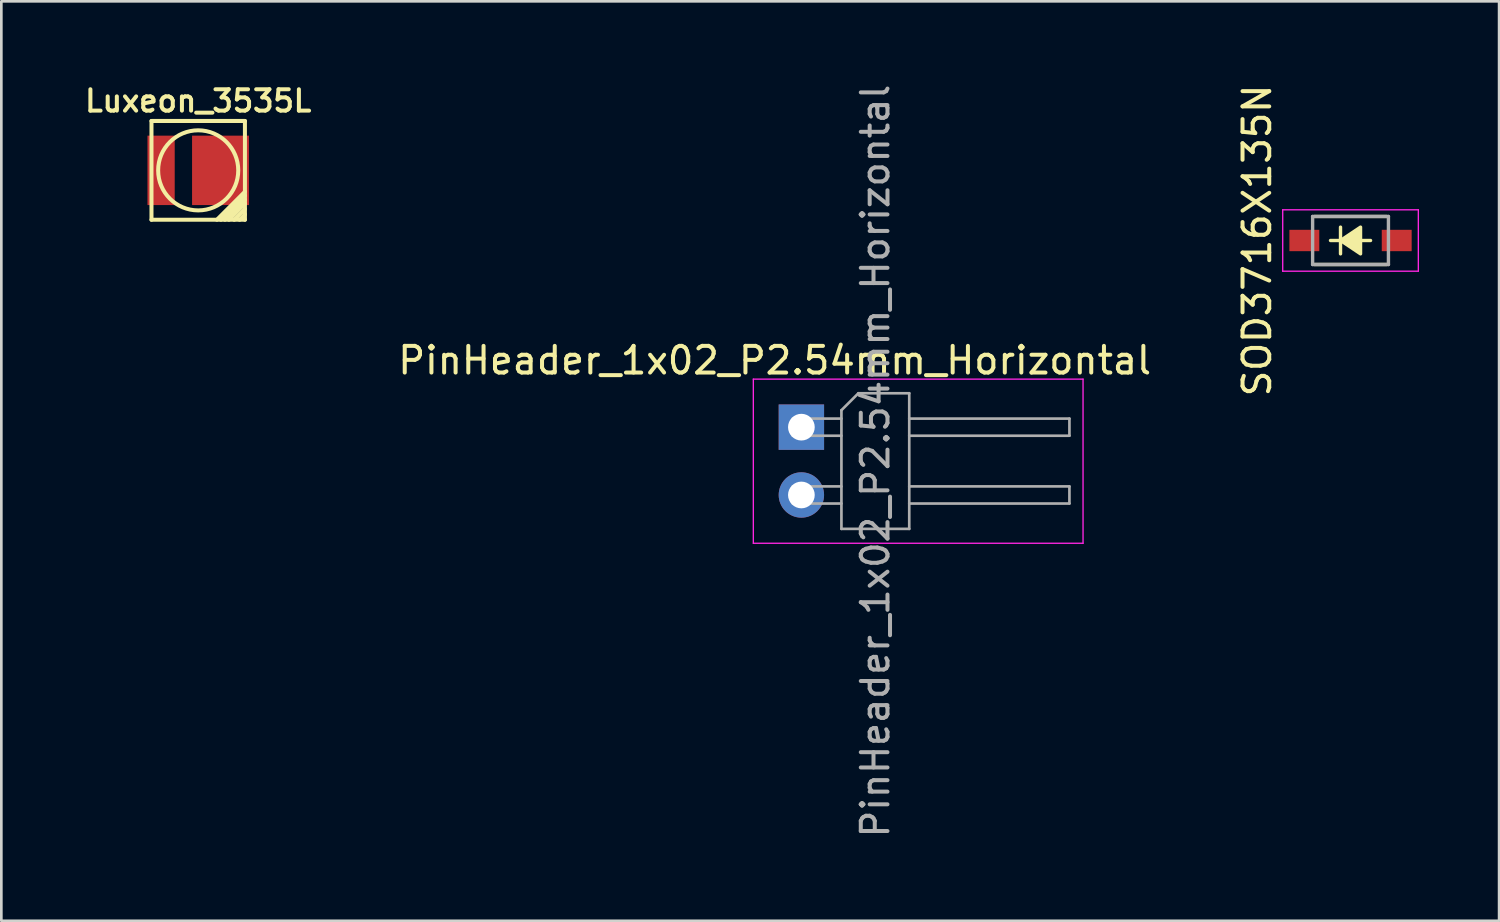
<source format=kicad_pcb>
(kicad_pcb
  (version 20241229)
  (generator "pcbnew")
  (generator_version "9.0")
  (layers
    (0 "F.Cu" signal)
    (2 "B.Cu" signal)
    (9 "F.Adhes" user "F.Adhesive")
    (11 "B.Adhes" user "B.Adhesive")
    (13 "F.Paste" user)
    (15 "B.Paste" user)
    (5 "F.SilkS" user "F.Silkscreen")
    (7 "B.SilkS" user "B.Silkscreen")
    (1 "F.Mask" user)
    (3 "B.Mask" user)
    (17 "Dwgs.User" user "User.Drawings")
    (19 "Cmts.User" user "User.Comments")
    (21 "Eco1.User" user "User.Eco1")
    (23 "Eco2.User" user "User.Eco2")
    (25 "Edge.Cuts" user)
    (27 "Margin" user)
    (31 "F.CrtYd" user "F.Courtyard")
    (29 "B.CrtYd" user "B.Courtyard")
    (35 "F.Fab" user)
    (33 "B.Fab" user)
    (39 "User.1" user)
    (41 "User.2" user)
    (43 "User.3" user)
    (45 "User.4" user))
  (footprint "SOD3716X135N"
    (layer "F.Cu")
    (at 47.536 5.958)
    (property "Reference" "SOD3716X135N" (at -3.5 0 270) (layer "F.SilkS") (effects (font (size 1 1) (thickness 0.15))))
    (attr through_hole)
    (fp_line (start -1.35 -0.9) (end 1.35 -0.9) (stroke (width 0.127) (type solid)) (layer "F.SilkS"))
    (fp_line (start -1.35 0.9) (end 1.35 0.9) (stroke (width 0.127) (type solid)) (layer "F.SilkS"))
    (fp_line (start -0.375 -0.5) (end -0.375 0.5) (stroke (width 0.127) (type solid)) (layer "F.SilkS"))
    (fp_line (start 0.75 0) (end -0.75 0) (stroke (width 0.127) (type solid)) (layer "F.SilkS"))
    (fp_poly (pts (xy -0.375 0) (xy 0.375 -0.5) (xy 0.375 0.5)) (stroke (width 0.127) (type solid)) (fill yes) (layer "F.SilkS"))
    (fp_line (start -2.54 -1.15) (end 2.54 -1.15) (stroke (width 0.05) (type solid)) (layer "F.CrtYd"))
    (fp_line (start -2.54 1.15) (end -2.54 -1.15) (stroke (width 0.05) (type solid)) (layer "F.CrtYd"))
    (fp_line (start 2.54 -1.15) (end 2.54 1.15) (stroke (width 0.05) (type solid)) (layer "F.CrtYd"))
    (fp_line (start 2.54 1.15) (end -2.54 1.15) (stroke (width 0.05) (type solid)) (layer "F.CrtYd"))
    (fp_line (start -1.42 -0.9) (end 1.42 -0.9) (stroke (width 0.127) (type solid)) (layer "F.Fab"))
    (fp_line (start -1.42 0.9) (end -1.42 -0.9) (stroke (width 0.127) (type solid)) (layer "F.Fab"))
    (fp_line (start 1.42 -0.9) (end 1.42 0.9) (stroke (width 0.127) (type solid)) (layer "F.Fab"))
    (fp_line (start 1.42 0.9) (end -1.42 0.9) (stroke (width 0.127) (type solid)) (layer "F.Fab"))
    (pad "1" smd rect (at -1.73 0) (size 1.12 0.8) (layers "F.Cu" "F.Mask" "F.Paste"))
    (pad "2" smd rect (at 1.73 0) (size 1.12 0.8) (layers "F.Cu" "F.Mask" "F.Paste")))
  (footprint "PinHeader_1x02_P2.54mm_Horizontal"
    (layer "F.Cu")
    (at 26.967 12.95)
    (property "Reference" "PinHeader_1x02_P2.54mm_Horizontal" (at -1 -2.5 180) (layer "F.SilkS") (effects (font (size 1 1) (thickness 0.15))))
    (attr through_hole)
    (fp_line (start -1.8 -1.8) (end -1.8 4.35) (stroke (width 0.05) (type solid)) (layer "F.CrtYd"))
    (fp_line (start -1.8 4.35) (end 10.55 4.35) (stroke (width 0.05) (type solid)) (layer "F.CrtYd"))
    (fp_line (start 10.55 -1.8) (end -1.8 -1.8) (stroke (width 0.05) (type solid)) (layer "F.CrtYd"))
    (fp_line (start 10.55 4.35) (end 10.55 -1.8) (stroke (width 0.05) (type solid)) (layer "F.CrtYd"))
    (fp_line (start -0.32 -0.32) (end -0.32 0.32) (stroke (width 0.1) (type solid)) (layer "F.Fab"))
    (fp_line (start -0.32 -0.32) (end 1.5 -0.32) (stroke (width 0.1) (type solid)) (layer "F.Fab"))
    (fp_line (start -0.32 0.32) (end 1.5 0.32) (stroke (width 0.1) (type solid)) (layer "F.Fab"))
    (fp_line (start -0.32 2.22) (end -0.32 2.86) (stroke (width 0.1) (type solid)) (layer "F.Fab"))
    (fp_line (start -0.32 2.22) (end 1.5 2.22) (stroke (width 0.1) (type solid)) (layer "F.Fab"))
    (fp_line (start -0.32 2.86) (end 1.5 2.86) (stroke (width 0.1) (type solid)) (layer "F.Fab"))
    (fp_line (start 1.5 -0.635) (end 2.135 -1.27) (stroke (width 0.1) (type solid)) (layer "F.Fab"))
    (fp_line (start 1.5 3.81) (end 1.5 -0.635) (stroke (width 0.1) (type solid)) (layer "F.Fab"))
    (fp_line (start 2.135 -1.27) (end 4.04 -1.27) (stroke (width 0.1) (type solid)) (layer "F.Fab"))
    (fp_line (start 4.04 -1.27) (end 4.04 3.81) (stroke (width 0.1) (type solid)) (layer "F.Fab"))
    (fp_line (start 4.04 -0.32) (end 10.04 -0.32) (stroke (width 0.1) (type solid)) (layer "F.Fab"))
    (fp_line (start 4.04 0.32) (end 10.04 0.32) (stroke (width 0.1) (type solid)) (layer "F.Fab"))
    (fp_line (start 4.04 2.22) (end 10.04 2.22) (stroke (width 0.1) (type solid)) (layer "F.Fab"))
    (fp_line (start 4.04 2.86) (end 10.04 2.86) (stroke (width 0.1) (type solid)) (layer "F.Fab"))
    (fp_line (start 4.04 3.81) (end 1.5 3.81) (stroke (width 0.1) (type solid)) (layer "F.Fab"))
    (fp_line (start 10.04 -0.32) (end 10.04 0.32) (stroke (width 0.1) (type solid)) (layer "F.Fab"))
    (fp_line (start 10.04 2.22) (end 10.04 2.86) (stroke (width 0.1) (type solid)) (layer "F.Fab"))
    (fp_text user "${REFERENCE}" (at 2.77 1.27 270) (layer "F.Fab") (effects (font (size 1 1) (thickness 0.15))))
    (pad "1" thru_hole rect (at 0 0) (size 1.7 1.7) (drill 1) (layers "*.Cu" "*.Mask"))
    (pad "2" thru_hole oval (at 0 2.54) (size 1.7 1.7) (drill 1) (layers "*.Cu" "*.Mask")))
  (footprint "Luxeon_3535L"
    (layer "F.Cu")
    (at 4.374 3.331)
    (property "Reference" "Luxeon_3535L" (at 0 -2.6 180) (layer "F.SilkS") (effects (font (size 0.8 0.8) (thickness 0.15))))
    (attr smd)
    (fp_line (start -1.75 -1.85) (end 1.75 -1.85) (stroke (width 0.15) (type solid)) (layer "F.SilkS"))
    (fp_line (start -1.75 1.85) (end -1.75 -1.85) (stroke (width 0.15) (type solid)) (layer "F.SilkS"))
    (fp_line (start 0.7 1.85) (end 1.75 0.8) (stroke (width 0.15) (type solid)) (layer "F.SilkS"))
    (fp_line (start 0.85 1.85) (end 1.75 0.95) (stroke (width 0.15) (type solid)) (layer "F.SilkS"))
    (fp_line (start 1 1.85) (end 1.75 1.1) (stroke (width 0.15) (type solid)) (layer "F.SilkS"))
    (fp_line (start 1.15 1.85) (end 1.75 1.25) (stroke (width 0.15) (type solid)) (layer "F.SilkS"))
    (fp_line (start 1.35 1.85) (end 1.75 1.45) (stroke (width 0.15) (type solid)) (layer "F.SilkS"))
    (fp_line (start 1.55 1.85) (end 1.75 1.65) (stroke (width 0.15) (type solid)) (layer "F.SilkS"))
    (fp_line (start 1.75 -1.85) (end 1.75 1.85) (stroke (width 0.15) (type solid)) (layer "F.SilkS"))
    (fp_line (start 1.75 1.85) (end -1.75 1.85) (stroke (width 0.15) (type solid)) (layer "F.SilkS"))
    (fp_circle (center 0 0) (end 1.5 0) (stroke (width 0.15) (type solid)) (fill no) (layer "F.SilkS"))
    (pad "1" smd rect (at 0.835 0) (size 2.13 2.6) (layers "F.Cu" "F.Mask" "F.Paste"))
    (pad "2" smd rect (at -1.39 0) (size 1.02 2.6) (layers "F.Cu" "F.Mask" "F.Paste")))
  (gr_rect
    (start -3 -3)
    (end 53.101 31.44)
    (stroke (width 0.1) (type default))
    (fill no)
    (layer "Edge.Cuts")))
</source>
